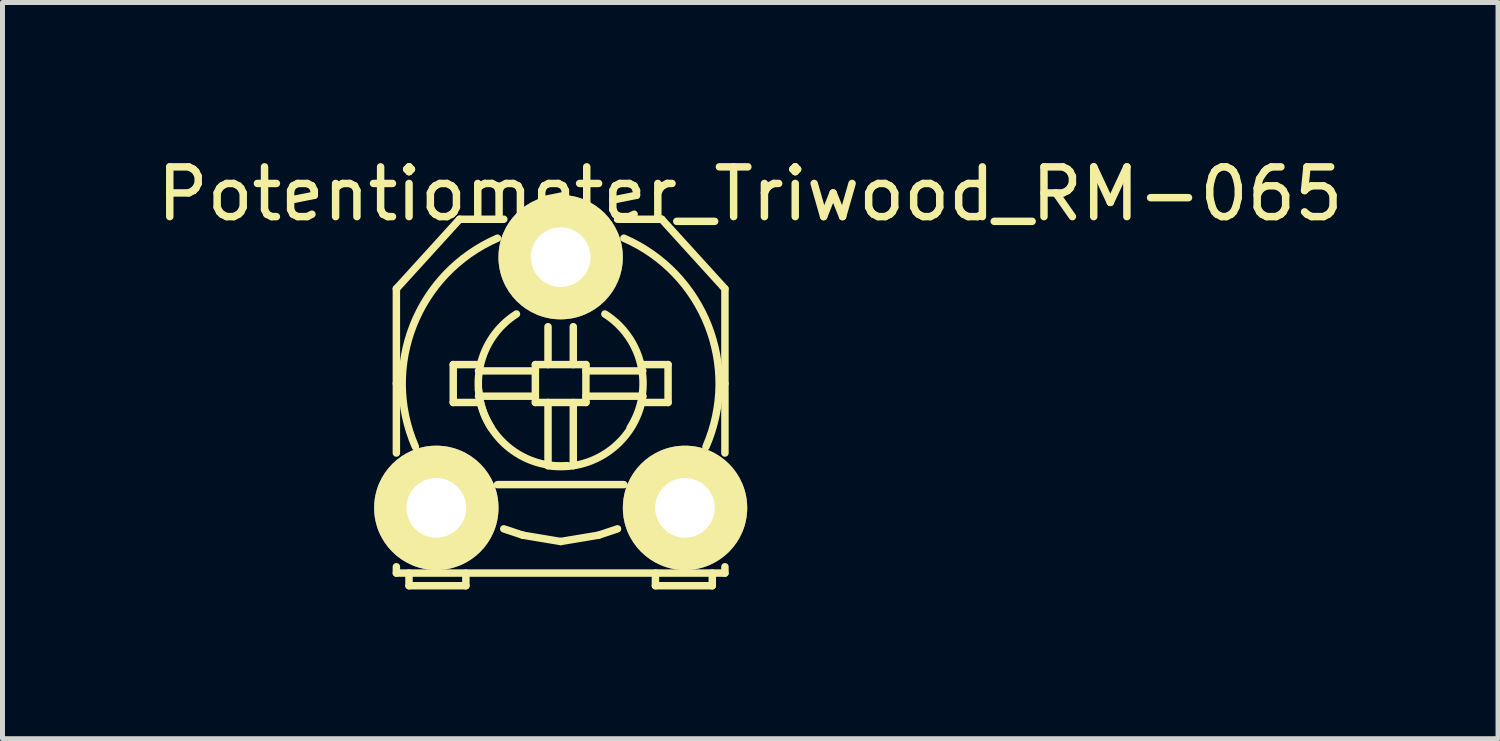
<source format=kicad_pcb>
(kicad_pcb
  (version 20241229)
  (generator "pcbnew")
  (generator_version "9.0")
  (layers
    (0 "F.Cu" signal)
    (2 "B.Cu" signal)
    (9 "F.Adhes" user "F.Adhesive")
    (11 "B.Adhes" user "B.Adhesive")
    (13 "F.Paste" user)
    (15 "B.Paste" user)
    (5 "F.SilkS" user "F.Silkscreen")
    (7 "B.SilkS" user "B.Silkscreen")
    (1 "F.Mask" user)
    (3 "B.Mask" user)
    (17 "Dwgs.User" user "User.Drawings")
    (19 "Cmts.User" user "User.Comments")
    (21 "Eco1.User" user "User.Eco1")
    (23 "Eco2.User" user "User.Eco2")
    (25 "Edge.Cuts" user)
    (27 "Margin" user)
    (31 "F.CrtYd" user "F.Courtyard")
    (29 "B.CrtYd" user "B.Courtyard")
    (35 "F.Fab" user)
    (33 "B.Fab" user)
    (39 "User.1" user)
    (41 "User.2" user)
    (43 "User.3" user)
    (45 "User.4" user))
  (footprint "Potentiometer_Triwood_RM-065"
    (layer "F.Cu")
    (at 5.72 7.158)
    (property "Reference" "Potentiometer_Triwood_RM-065" (at 6.309 -6.309 0) (layer "F.SilkS") (effects (font (size 1 1) (thickness 0.15))))
    (attr through_hole)
    (fp_line (start -0.803 -4.404) (end -0.803 -2.499) (stroke (width 0.15) (type solid)) (layer "F.SilkS"))
    (fp_line (start -0.803 -2.499) (end -0.803 -1.102) (stroke (width 0.15) (type solid)) (layer "F.SilkS"))
    (fp_line (start -0.803 1.311) (end -0.803 1.184) (stroke (width 0.15) (type solid)) (layer "F.SilkS"))
    (fp_line (start -0.803 1.311) (end 5.801 1.311) (stroke (width 0.15) (type solid)) (layer "F.SilkS"))
    (fp_line (start -0.549 1.311) (end -0.549 1.565) (stroke (width 0.15) (type solid)) (layer "F.SilkS"))
    (fp_line (start -0.549 1.565) (end 0.594 1.565) (stroke (width 0.15) (type solid)) (layer "F.SilkS"))
    (fp_line (start 0.34 -2.88) (end 0.34 -2.118) (stroke (width 0.15) (type solid)) (layer "F.SilkS"))
    (fp_line (start 0.34 -2.118) (end 0.848 -2.118) (stroke (width 0.15) (type solid)) (layer "F.SilkS"))
    (fp_line (start 0.467 -5.801) (end -0.803 -4.404) (stroke (width 0.15) (type solid)) (layer "F.SilkS"))
    (fp_line (start 0.594 1.565) (end 0.594 1.311) (stroke (width 0.15) (type solid)) (layer "F.SilkS"))
    (fp_line (start 0.848 -2.88) (end 0.34 -2.88) (stroke (width 0.15) (type solid)) (layer "F.SilkS"))
    (fp_line (start 1.229 -0.467) (end 3.769 -0.467) (stroke (width 0.15) (type solid)) (layer "F.SilkS"))
    (fp_line (start 1.356 -5.801) (end 0.467 -5.801) (stroke (width 0.15) (type solid)) (layer "F.SilkS"))
    (fp_line (start 1.356 0.422) (end 1.737 0.549) (stroke (width 0.15) (type solid)) (layer "F.SilkS"))
    (fp_line (start 1.737 0.549) (end 2.499 0.676) (stroke (width 0.15) (type solid)) (layer "F.SilkS"))
    (fp_line (start 1.991 -2.88) (end 1.991 -2.118) (stroke (width 0.15) (type solid)) (layer "F.SilkS"))
    (fp_line (start 1.991 -2.753) (end 0.848 -2.753) (stroke (width 0.15) (type solid)) (layer "F.SilkS"))
    (fp_line (start 1.991 -2.245) (end 0.848 -2.245) (stroke (width 0.15) (type solid)) (layer "F.SilkS"))
    (fp_line (start 1.991 -2.118) (end 3.007 -2.118) (stroke (width 0.15) (type solid)) (layer "F.SilkS"))
    (fp_line (start 2.245 -2.88) (end 2.245 -3.642) (stroke (width 0.15) (type solid)) (layer "F.SilkS"))
    (fp_line (start 2.245 -2.118) (end 2.245 -0.848) (stroke (width 0.15) (type solid)) (layer "F.SilkS"))
    (fp_line (start 2.499 0.676) (end 3.261 0.549) (stroke (width 0.15) (type solid)) (layer "F.SilkS"))
    (fp_line (start 2.753 -2.88) (end 2.753 -3.642) (stroke (width 0.15) (type solid)) (layer "F.SilkS"))
    (fp_line (start 2.753 -2.118) (end 2.753 -0.848) (stroke (width 0.15) (type solid)) (layer "F.SilkS"))
    (fp_line (start 3.007 -2.88) (end 1.991 -2.88) (stroke (width 0.15) (type solid)) (layer "F.SilkS"))
    (fp_line (start 3.007 -2.753) (end 4.15 -2.753) (stroke (width 0.15) (type solid)) (layer "F.SilkS"))
    (fp_line (start 3.007 -2.245) (end 4.15 -2.245) (stroke (width 0.15) (type solid)) (layer "F.SilkS"))
    (fp_line (start 3.007 -2.118) (end 3.007 -2.88) (stroke (width 0.15) (type solid)) (layer "F.SilkS"))
    (fp_line (start 3.261 0.549) (end 3.642 0.422) (stroke (width 0.15) (type solid)) (layer "F.SilkS"))
    (fp_line (start 4.15 -2.88) (end 4.658 -2.88) (stroke (width 0.15) (type solid)) (layer "F.SilkS"))
    (fp_line (start 4.404 1.565) (end 4.404 1.311) (stroke (width 0.15) (type solid)) (layer "F.SilkS"))
    (fp_line (start 4.531 -5.801) (end 3.642 -5.801) (stroke (width 0.15) (type solid)) (layer "F.SilkS"))
    (fp_line (start 4.531 -5.801) (end 5.801 -4.404) (stroke (width 0.15) (type solid)) (layer "F.SilkS"))
    (fp_line (start 4.658 -2.88) (end 4.658 -2.118) (stroke (width 0.15) (type solid)) (layer "F.SilkS"))
    (fp_line (start 4.658 -2.118) (end 4.15 -2.118) (stroke (width 0.15) (type solid)) (layer "F.SilkS"))
    (fp_line (start 5.547 1.311) (end 5.547 1.565) (stroke (width 0.15) (type solid)) (layer "F.SilkS"))
    (fp_line (start 5.547 1.565) (end 4.404 1.565) (stroke (width 0.15) (type solid)) (layer "F.SilkS"))
    (fp_line (start 5.801 -4.404) (end 5.801 -2.499) (stroke (width 0.15) (type solid)) (layer "F.SilkS"))
    (fp_line (start 5.801 -2.499) (end 5.801 -1.102) (stroke (width 0.15) (type solid)) (layer "F.SilkS"))
    (fp_line (start 5.801 1.311) (end 5.801 1.184) (stroke (width 0.15) (type solid)) (layer "F.SilkS"))
    (fp_arc (start -0.42164 -1.22936) (mid -0.464125 -3.666793) (end 1.22936 -5.42036) (stroke (width 0.15) (type solid)) (layer "F.SilkS"))
    (fp_arc (start 1.10236 -1.61036) (mid 0.882914 -2.85857) (end 1.61036 -3.89636) (stroke (width 0.15) (type solid)) (layer "F.SilkS"))
    (fp_arc (start 2.62636 -0.84836) (mid 1.421729 -1.242124) (end 0.84836 -2.37236) (stroke (width 0.15) (type solid)) (layer "F.SilkS"))
    (fp_arc (start 3.38836 -3.89636) (mid 4.115806 -2.85857) (end 3.89636 -1.61036) (stroke (width 0.15) (type solid)) (layer "F.SilkS"))
    (fp_arc (start 3.76936 -5.42036) (mid 5.462845 -3.666793) (end 5.42036 -1.22936) (stroke (width 0.15) (type solid)) (layer "F.SilkS"))
    (fp_arc (start 4.15036 -2.24536) (mid 3.487188 -1.152322) (end 2.24536 -0.84836) (stroke (width 0.15) (type solid)) (layer "F.SilkS"))
    (pad "1" thru_hole circle (at 0 0) (size 2.499 2.499) (drill 1.199) (layers "*.Cu" "*.Mask" "F.SilkS"))
    (pad "2" thru_hole circle (at 2.499 -5.039) (size 2.499 2.499) (drill 1.199) (layers "*.Cu" "*.Mask" "F.SilkS"))
    (pad "3" thru_hole circle (at 4.999 0) (size 2.499 2.499) (drill 1.199) (layers "*.Cu" "*.Mask" "F.SilkS")))
  (gr_rect
    (start -3 -3)
    (end 27.06 11.797)
    (stroke (width 0.1) (type default))
    (fill no)
    (layer "Edge.Cuts")))
</source>
